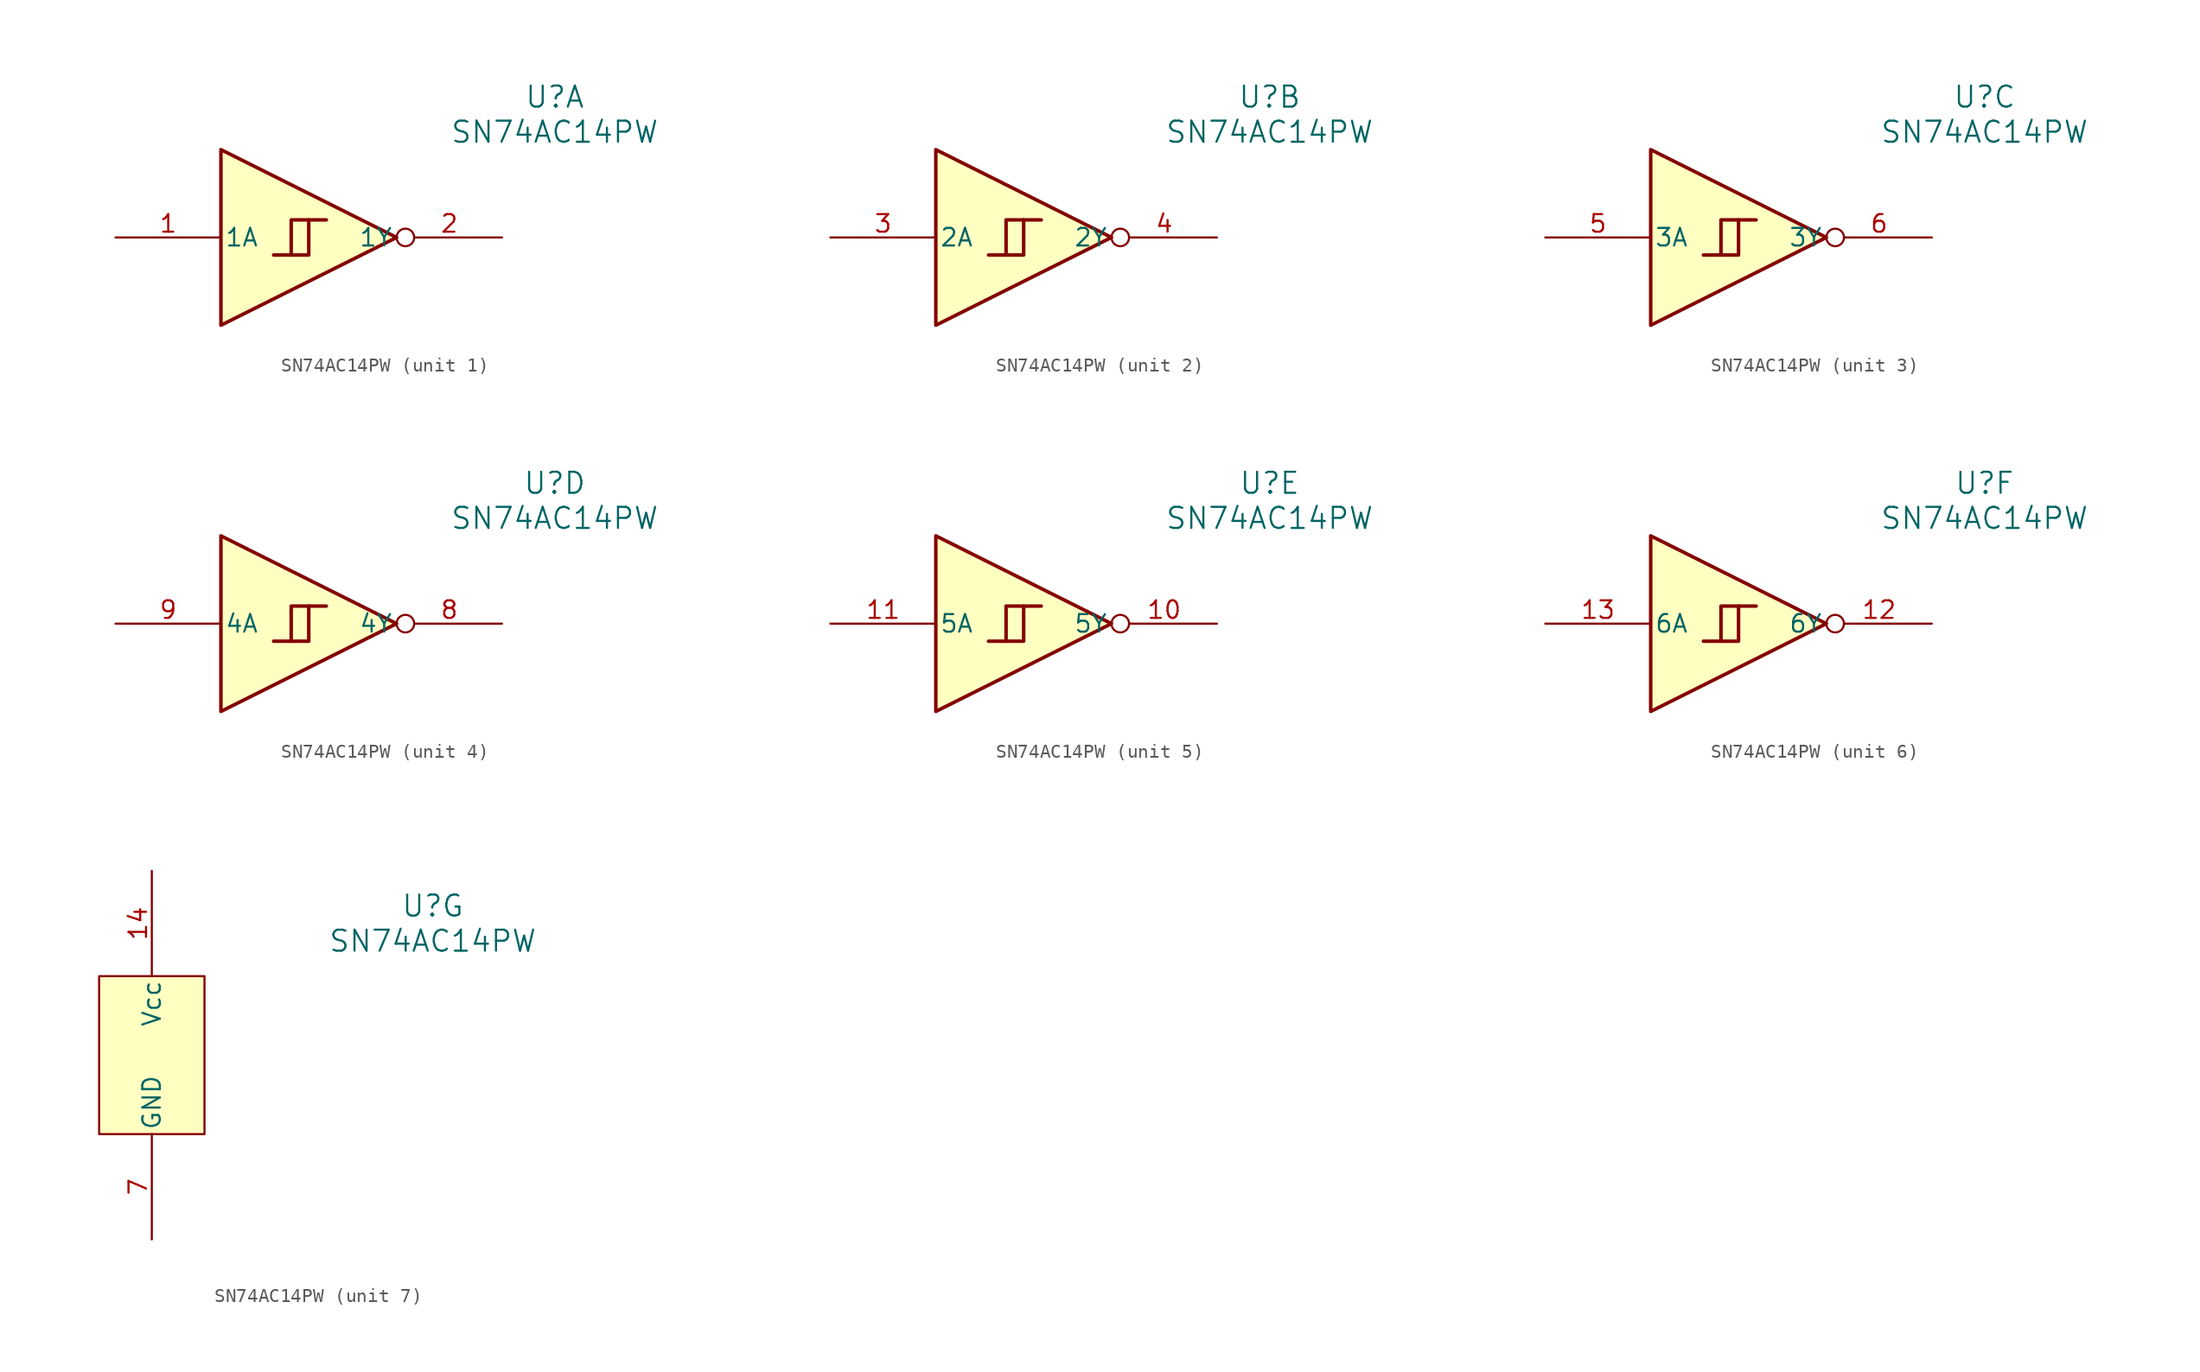
<source format=kicad_sym>
(kicad_symbol_lib
  (version 20231120)
  (generator "kicad_symbol_editor")
  (generator_version "8.0")
  (symbol "SN74AC14PW"
    (pin_names
      (offset 0.254))
    (property "Reference" "U"
      (at 20.32 10.16 0)
      (effects (font (size 1.524 1.524))))
    (property "Value" "SN74AC14PW"
      (at 20.32 7.62 0)
      (effects (font (size 1.524 1.524))))
    (property "ki_locked" ""
      (at 0 0 0)
      (effects (font (size 1.27 1.27))))
    (symbol "SN74AC14PW_1_1"
      (polyline (pts (xy 0 -1.27) (xy 2.54 -1.27) (xy 2.54 1.27)) (stroke (width 0.254) (type default)) (fill (type none)))
      (polyline (pts (xy 1.27 -1.27) (xy 1.27 1.27) (xy 3.81 1.27)) (stroke (width 0.254) (type default)) (fill (type none)))
      (polyline (pts (xy -3.81 6.35) (xy -3.81 -6.35) (xy 8.89 0) (xy -3.81 6.35)) (stroke (width 0.254) (type default)) (fill (type background)))
      (pin input line (at -11.43 0 0) (length 7.62) (name "1A" (effects (font (size 1.27 1.27)))) (number "1" (effects (font (size 1.27 1.27)))))
      (pin output inverted (at 16.51 0 180) (length 7.62) (name "1Y" (effects (font (size 1.27 1.27)))) (number "2" (effects (font (size 1.27 1.27))))))
    (symbol "SN74AC14PW_2_1"
      (polyline (pts (xy 0 -1.27) (xy 2.54 -1.27) (xy 2.54 1.27)) (stroke (width 0.254) (type default)) (fill (type none)))
      (polyline (pts (xy 1.27 -1.27) (xy 1.27 1.27) (xy 3.81 1.27)) (stroke (width 0.254) (type default)) (fill (type none)))
      (polyline (pts (xy -3.81 6.35) (xy -3.81 -6.35) (xy 8.89 0) (xy -3.81 6.35)) (stroke (width 0.254) (type default)) (fill (type background)))
      (pin input line (at -11.43 0 0) (length 7.62) (name "2A" (effects (font (size 1.27 1.27)))) (number "3" (effects (font (size 1.27 1.27)))))
      (pin output inverted (at 16.51 0 180) (length 7.62) (name "2Y" (effects (font (size 1.27 1.27)))) (number "4" (effects (font (size 1.27 1.27))))))
    (symbol "SN74AC14PW_3_1"
      (polyline (pts (xy 0 -1.27) (xy 2.54 -1.27) (xy 2.54 1.27)) (stroke (width 0.254) (type default)) (fill (type none)))
      (polyline (pts (xy 1.27 -1.27) (xy 1.27 1.27) (xy 3.81 1.27)) (stroke (width 0.254) (type default)) (fill (type none)))
      (polyline (pts (xy -3.81 6.35) (xy -3.81 -6.35) (xy 8.89 0) (xy -3.81 6.35)) (stroke (width 0.254) (type default)) (fill (type background)))
      (pin input line (at -11.43 0 0) (length 7.62) (name "3A" (effects (font (size 1.27 1.27)))) (number "5" (effects (font (size 1.27 1.27)))))
      (pin output inverted (at 16.51 0 180) (length 7.62) (name "3Y" (effects (font (size 1.27 1.27)))) (number "6" (effects (font (size 1.27 1.27))))))
    (symbol "SN74AC14PW_4_1"
      (polyline (pts (xy 0 -1.27) (xy 2.54 -1.27) (xy 2.54 1.27)) (stroke (width 0.254) (type default)) (fill (type none)))
      (polyline (pts (xy 1.27 -1.27) (xy 1.27 1.27) (xy 3.81 1.27)) (stroke (width 0.254) (type default)) (fill (type none)))
      (polyline (pts (xy -3.81 6.35) (xy -3.81 -6.35) (xy 8.89 0) (xy -3.81 6.35)) (stroke (width 0.254) (type default)) (fill (type background)))
      (pin output inverted (at 16.51 0 180) (length 7.62) (name "4Y" (effects (font (size 1.27 1.27)))) (number "8" (effects (font (size 1.27 1.27)))))
      (pin input line (at -11.43 0 0) (length 7.62) (name "4A" (effects (font (size 1.27 1.27)))) (number "9" (effects (font (size 1.27 1.27))))))
    (symbol "SN74AC14PW_5_1"
      (polyline (pts (xy 0 -1.27) (xy 2.54 -1.27) (xy 2.54 1.27)) (stroke (width 0.254) (type default)) (fill (type none)))
      (polyline (pts (xy 1.27 -1.27) (xy 1.27 1.27) (xy 3.81 1.27)) (stroke (width 0.254) (type default)) (fill (type none)))
      (polyline (pts (xy -3.81 6.35) (xy -3.81 -6.35) (xy 8.89 0) (xy -3.81 6.35)) (stroke (width 0.254) (type default)) (fill (type background)))
      (pin output inverted (at 16.51 0 180) (length 7.62) (name "5Y" (effects (font (size 1.27 1.27)))) (number "10" (effects (font (size 1.27 1.27)))))
      (pin input line (at -11.43 0 0) (length 7.62) (name "5A" (effects (font (size 1.27 1.27)))) (number "11" (effects (font (size 1.27 1.27))))))
    (symbol "SN74AC14PW_6_1"
      (polyline (pts (xy 0 -1.27) (xy 2.54 -1.27) (xy 2.54 1.27)) (stroke (width 0.254) (type default)) (fill (type none)))
      (polyline (pts (xy 1.27 -1.27) (xy 1.27 1.27) (xy 3.81 1.27)) (stroke (width 0.254) (type default)) (fill (type none)))
      (polyline (pts (xy -3.81 6.35) (xy -3.81 -6.35) (xy 8.89 0) (xy -3.81 6.35)) (stroke (width 0.254) (type default)) (fill (type background)))
      (pin output inverted (at 16.51 0 180) (length 7.62) (name "6Y" (effects (font (size 1.27 1.27)))) (number "12" (effects (font (size 1.27 1.27)))))
      (pin input line (at -11.43 0 0) (length 7.62) (name "6A" (effects (font (size 1.27 1.27)))) (number "13" (effects (font (size 1.27 1.27))))))
    (symbol "SN74AC14PW_7_1"
      (rectangle (start -3.81 5.08) (end 3.81 -6.35) (stroke (width 0) (type default)) (fill (type background)))
      (pin power_in line (at 0 12.7 270) (length 7.62) (name "Vcc" (effects (font (size 1.27 1.27)))) (number "14" (effects (font (size 1.27 1.27)))))
      (pin power_in line (at 0 -13.97 90) (length 7.62) (name "GND" (effects (font (size 1.27 1.27)))) (number "7" (effects (font (size 1.27 1.27))))))))
</source>
